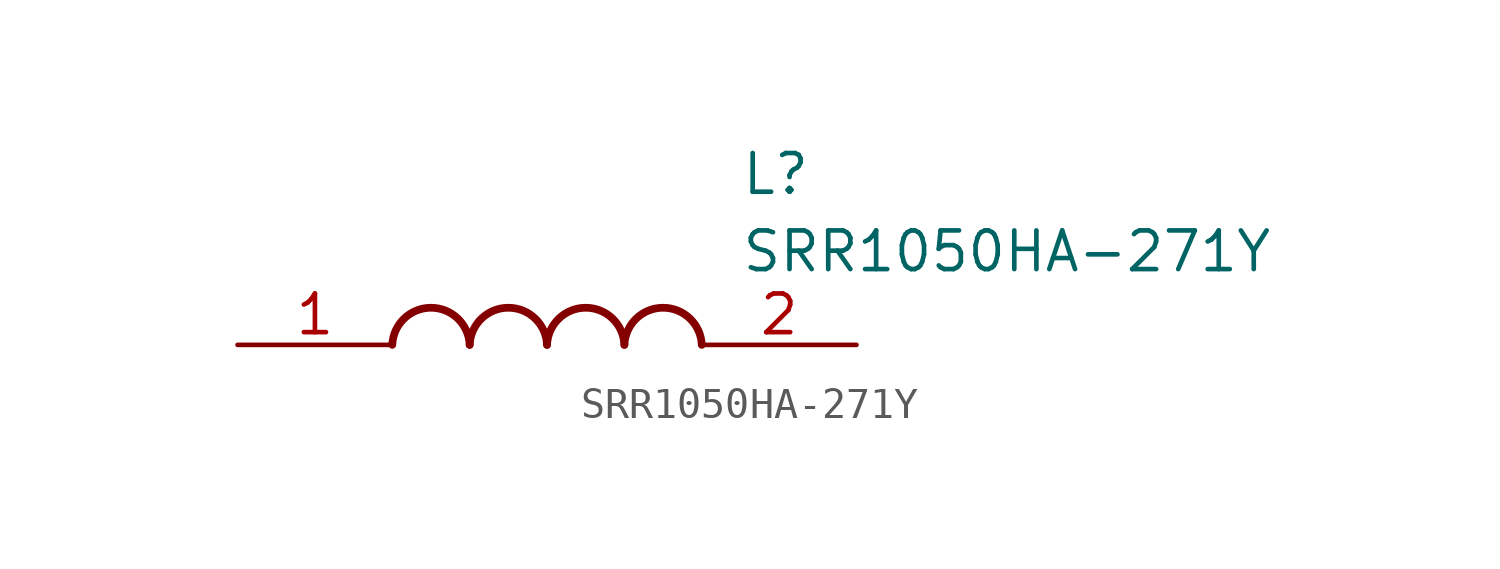
<source format=kicad_sym>
(kicad_symbol_lib
  (version 20211014)
  (generator SamacSys_ECAD_Model)
  (symbol "SRR1050HA-271Y"
    (pin_names hide)
    (property "Reference" "L"
      (at 16.51 6.35 0)
      (effects (font (size 1.27 1.27)) (justify left top)))
    (property "Value" "SRR1050HA-271Y"
      (at 16.51 3.81 0)
      (effects (font (size 1.27 1.27)) (justify left top)))
    (arc
      (start 7.62 0)
      (mid 6.35 1.219)
      (end 5.08 0)
      (stroke (width 0.254) (type default))
      (fill (type none)))
    (arc
      (start 10.16 0)
      (mid 8.89 1.219)
      (end 7.62 0)
      (stroke (width 0.254) (type default))
      (fill (type none)))
    (arc
      (start 12.7 0)
      (mid 11.43 1.219)
      (end 10.16 0)
      (stroke (width 0.254) (type default))
      (fill (type none)))
    (arc
      (start 15.24 0)
      (mid 13.97 1.219)
      (end 12.7 0)
      (stroke (width 0.254) (type default))
      (fill (type none)))
    (pin passive line
      (at 0 0 0)
      (length 5.08)
      (name "1" (effects (font (size 1.27 1.27))))
      (number "1" (effects (font (size 1.27 1.27)))))
    (pin passive line
      (at 20.32 0 180)
      (length 5.08)
      (name "2" (effects (font (size 1.27 1.27))))
      (number "2" (effects (font (size 1.27 1.27)))))))
</source>
